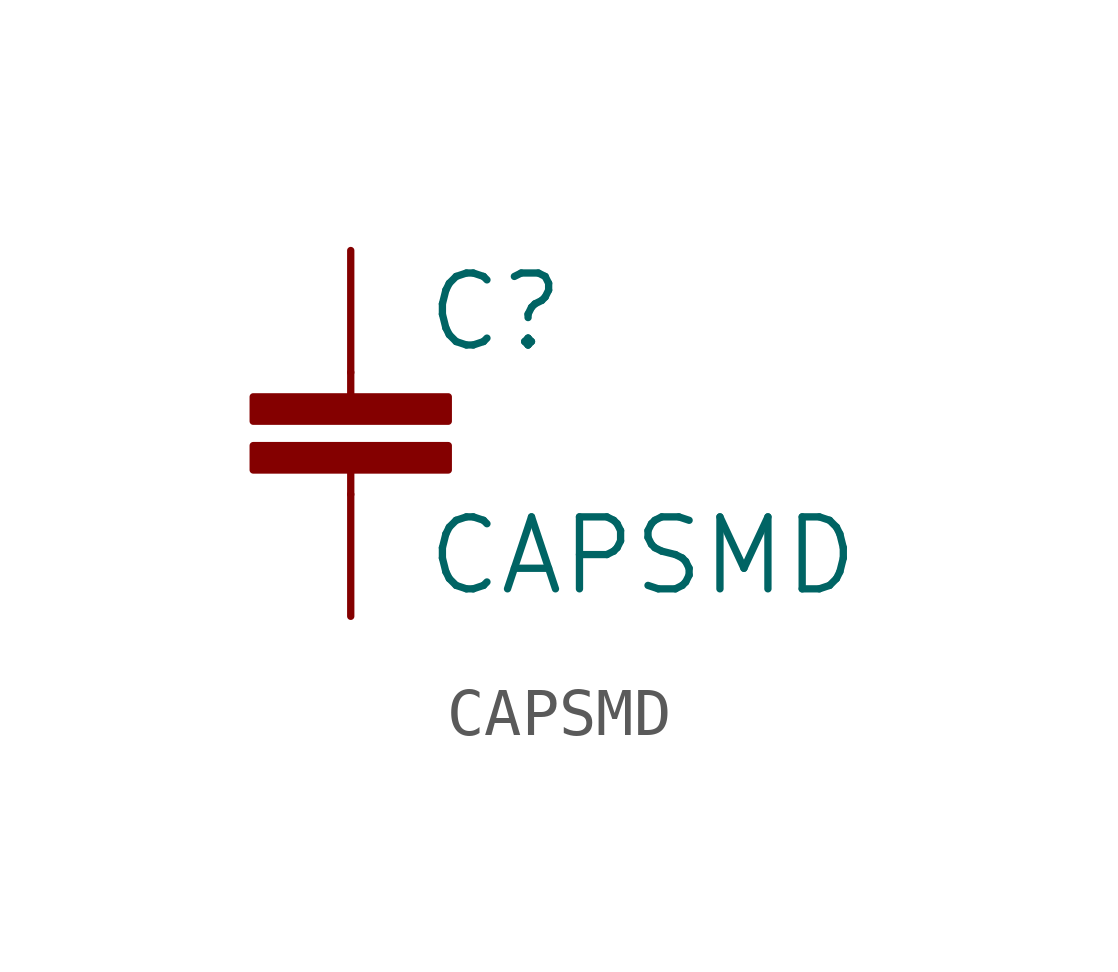
<source format=kicad_sym>
(kicad_symbol_lib
  (version 20211014)
  (generator kicad_symbol_editor)
  (symbol "CAPSMD"
    (pin_names
      (offset 1.016))
    (property "Reference" "C"
      (at 1.524 2.921 0)
      (effects (font (size 1.499 1.499)) (justify left bottom)))
    (property "Value" "CAPSMD"
      (at 1.524 -2.159 0)
      (effects (font (size 1.499 1.499)) (justify left bottom)))
    (property "ki_locked" ""
      (at 0 0 0)
      (effects (font (size 1.27 1.27))))
    (symbol "CAPSMD_1_0"
      (rectangle (start -2.032 0.508) (end 2.032 1.016) (stroke (width 0) (type default) (color 0 0 0 0)) (fill (type outline)))
      (rectangle (start -2.032 1.524) (end 2.032 2.032) (stroke (width 0) (type default) (color 0 0 0 0)) (fill (type outline)))
      (polyline (pts (xy 0 0) (xy 0 0.508)) (stroke (width 0) (type default) (color 0 0 0 0)) (fill (type none)))
      (polyline (pts (xy 0 2.54) (xy 0 2.032)) (stroke (width 0) (type default) (color 0 0 0 0)) (fill (type none)))
      (pin passive line (at 0 5.08 270) (length 2.54) (name "1" (effects (font (size 0 0)))) (number "A" (effects (font (size 0 0)))))
      (pin passive line (at 0 -2.54 90) (length 2.54) (name "2" (effects (font (size 0 0)))) (number "C" (effects (font (size 0 0))))))))
</source>
